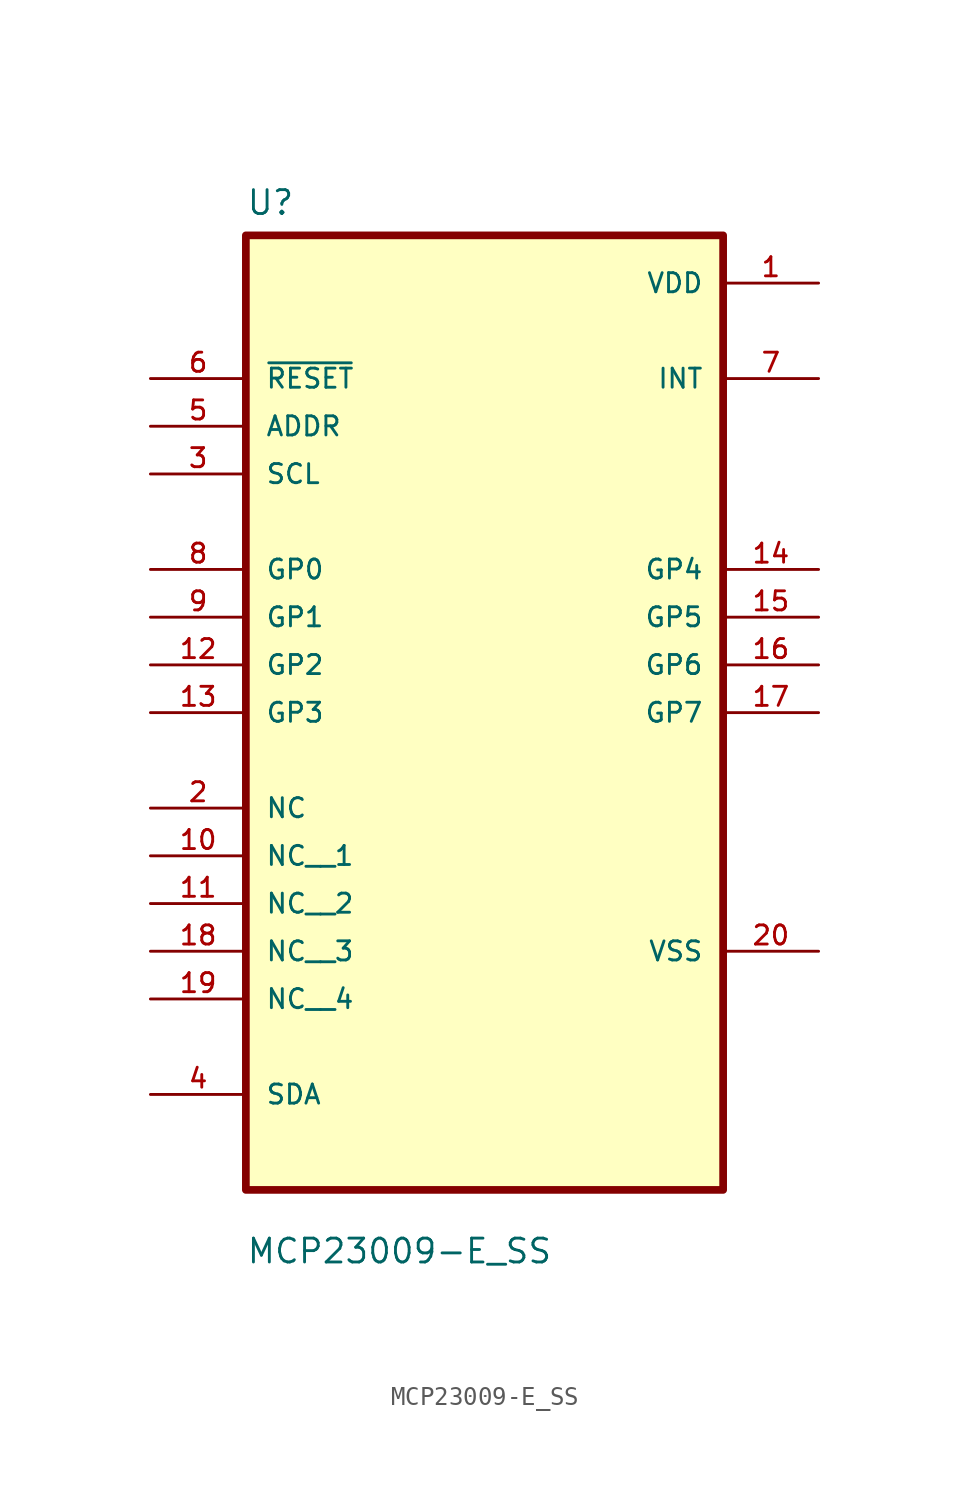
<source format=kicad_sym>
(kicad_symbol_lib
  (version 20211014)
  (generator kicad_symbol_editor)
  (symbol "MCP23009-E_SS"
    (pin_names
      (offset 1.016))
    (property "Reference" "U"
      (at -12.7 21.32 0.0)
      (effects (font (size 1.27 1.27)) (justify bottom left)))
    (property "Value" "MCP23009-E_SS"
      (at -12.7 -34.48 0.0)
      (effects (font (size 1.27 1.27)) (justify bottom left)))
    (symbol "MCP23009-E_SS_0_0"
      (rectangle (start -12.7 -30.48) (end 12.7 20.32) (stroke (width 0.41)) (fill (type background)))
      (pin input line (at -17.78 12.7 0) (length 5.08) (name "~{RESET}" (effects (font (size 1.016 1.016)))) (number "6" (effects (font (size 1.016 1.016)))))
      (pin input line (at -17.78 10.16 0) (length 5.08) (name "ADDR" (effects (font (size 1.016 1.016)))) (number "5" (effects (font (size 1.016 1.016)))))
      (pin input line (at -17.78 7.62 0) (length 5.08) (name "SCL" (effects (font (size 1.016 1.016)))) (number "3" (effects (font (size 1.016 1.016)))))
      (pin bidirectional line (at -17.78 2.54 0) (length 5.08) (name "GP0" (effects (font (size 1.016 1.016)))) (number "8" (effects (font (size 1.016 1.016)))))
      (pin bidirectional line (at -17.78 0.0 0) (length 5.08) (name "GP1" (effects (font (size 1.016 1.016)))) (number "9" (effects (font (size 1.016 1.016)))))
      (pin bidirectional line (at -17.78 -2.54 0) (length 5.08) (name "GP2" (effects (font (size 1.016 1.016)))) (number "12" (effects (font (size 1.016 1.016)))))
      (pin bidirectional line (at -17.78 -5.08 0) (length 5.08) (name "GP3" (effects (font (size 1.016 1.016)))) (number "13" (effects (font (size 1.016 1.016)))))
      (pin bidirectional line (at -17.78 -10.16 0) (length 5.08) (name "NC" (effects (font (size 1.016 1.016)))) (number "2" (effects (font (size 1.016 1.016)))))
      (pin bidirectional line (at -17.78 -25.4 0) (length 5.08) (name "SDA" (effects (font (size 1.016 1.016)))) (number "4" (effects (font (size 1.016 1.016)))))
      (pin power_in line (at 17.78 17.78 180.0) (length 5.08) (name "VDD" (effects (font (size 1.016 1.016)))) (number "1" (effects (font (size 1.016 1.016)))))
      (pin output line (at 17.78 12.7 180.0) (length 5.08) (name "INT" (effects (font (size 1.016 1.016)))) (number "7" (effects (font (size 1.016 1.016)))))
      (pin bidirectional line (at 17.78 2.54 180.0) (length 5.08) (name "GP4" (effects (font (size 1.016 1.016)))) (number "14" (effects (font (size 1.016 1.016)))))
      (pin bidirectional line (at 17.78 0.0 180.0) (length 5.08) (name "GP5" (effects (font (size 1.016 1.016)))) (number "15" (effects (font (size 1.016 1.016)))))
      (pin bidirectional line (at 17.78 -2.54 180.0) (length 5.08) (name "GP6" (effects (font (size 1.016 1.016)))) (number "16" (effects (font (size 1.016 1.016)))))
      (pin bidirectional line (at 17.78 -5.08 180.0) (length 5.08) (name "GP7" (effects (font (size 1.016 1.016)))) (number "17" (effects (font (size 1.016 1.016)))))
      (pin power_in line (at 17.78 -17.78 180.0) (length 5.08) (name "VSS" (effects (font (size 1.016 1.016)))) (number "20" (effects (font (size 1.016 1.016)))))
      (pin bidirectional line (at -17.78 -12.7 0) (length 5.08) (name "NC__1" (effects (font (size 1.016 1.016)))) (number "10" (effects (font (size 1.016 1.016)))))
      (pin bidirectional line (at -17.78 -15.24 0) (length 5.08) (name "NC__2" (effects (font (size 1.016 1.016)))) (number "11" (effects (font (size 1.016 1.016)))))
      (pin bidirectional line (at -17.78 -17.78 0) (length 5.08) (name "NC__3" (effects (font (size 1.016 1.016)))) (number "18" (effects (font (size 1.016 1.016)))))
      (pin bidirectional line (at -17.78 -20.32 0) (length 5.08) (name "NC__4" (effects (font (size 1.016 1.016)))) (number "19" (effects (font (size 1.016 1.016))))))))
</source>
